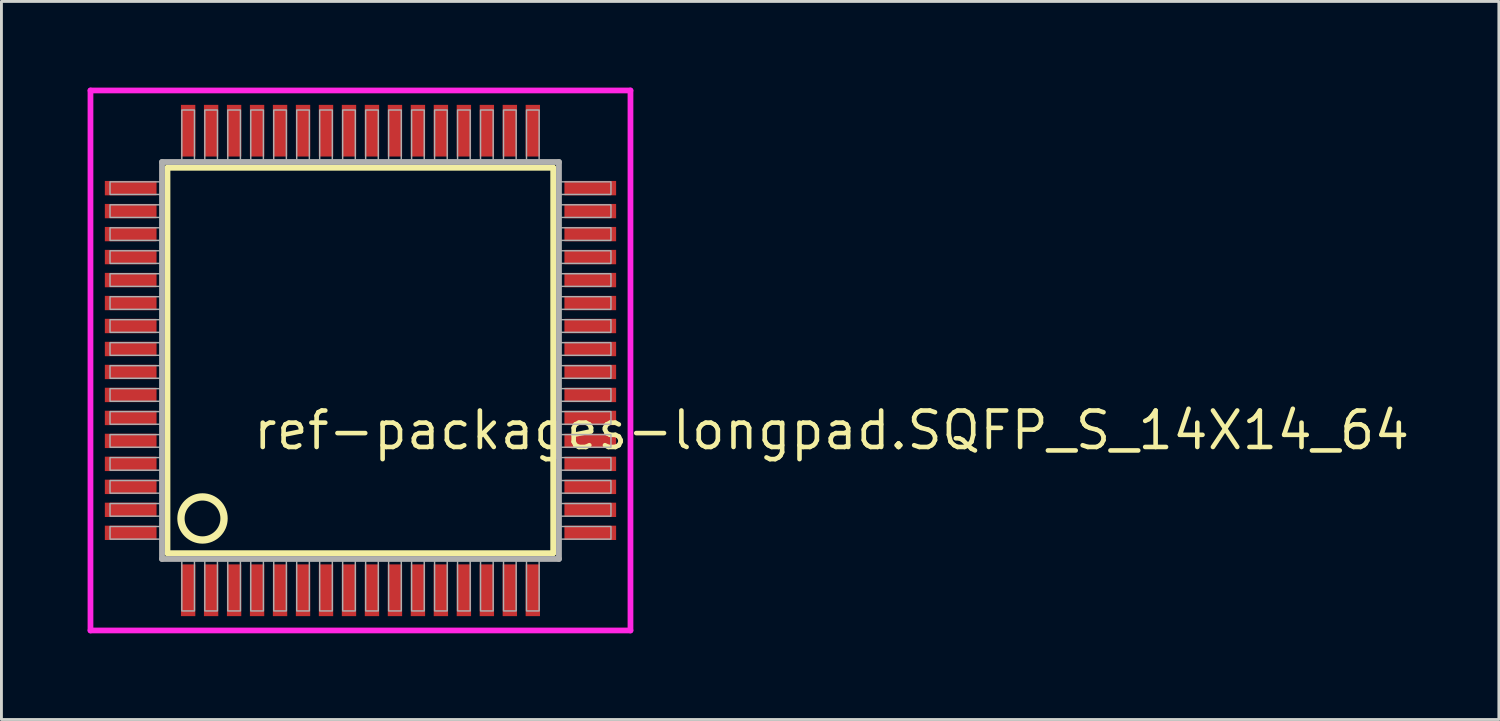
<source format=kicad_pcb>
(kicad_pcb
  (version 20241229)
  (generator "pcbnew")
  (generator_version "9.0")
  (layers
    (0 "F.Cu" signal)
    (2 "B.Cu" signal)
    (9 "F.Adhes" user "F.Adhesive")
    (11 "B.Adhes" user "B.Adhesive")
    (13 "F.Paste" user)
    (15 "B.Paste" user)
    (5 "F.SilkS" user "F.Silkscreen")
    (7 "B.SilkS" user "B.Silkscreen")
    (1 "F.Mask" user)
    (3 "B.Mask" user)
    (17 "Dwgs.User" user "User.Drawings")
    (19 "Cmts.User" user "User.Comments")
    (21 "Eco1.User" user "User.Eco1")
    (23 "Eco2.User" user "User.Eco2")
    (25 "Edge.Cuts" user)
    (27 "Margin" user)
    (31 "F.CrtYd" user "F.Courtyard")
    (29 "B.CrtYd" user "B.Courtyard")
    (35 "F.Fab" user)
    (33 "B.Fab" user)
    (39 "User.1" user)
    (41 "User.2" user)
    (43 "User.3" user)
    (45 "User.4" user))
  (footprint "ref-packages-longpad.SQFP_S_14X14_64"
    (layer "F.Cu")
    (at 9.5 9.5)
    (property "Reference" "ref-packages-longpad.SQFP_S_14X14_64" (at -3.81 3.175 0) (layer "F.SilkS") (effects (font (size 1.27 1.27) (thickness 0.16)) (justify left bottom)))
    (attr smd)
    (fp_line (start -6.72 -6.71) (end 6.71 -6.71) (stroke (width 0.203) (type default)) (layer "F.SilkS"))
    (fp_line (start -6.72 6.71) (end -6.72 -6.71) (stroke (width 0.203) (type default)) (layer "F.SilkS"))
    (fp_line (start 6.71 -6.71) (end 6.71 6.71) (stroke (width 0.203) (type default)) (layer "F.SilkS"))
    (fp_line (start 6.71 6.71) (end -6.72 6.71) (stroke (width 0.203) (type default)) (layer "F.SilkS"))
    (fp_circle (center -5.5 5.5) (end -4.75 5.5) (stroke (width 0.254) (type default)) (fill no) (layer "F.SilkS"))
    (fp_line (start -9.4 -9.4) (end 9.4 -9.4) (stroke (width 0.2) (type default)) (layer "F.CrtYd"))
    (fp_line (start -9.4 9.4) (end -9.4 -9.4) (stroke (width 0.2) (type default)) (layer "F.CrtYd"))
    (fp_line (start 9.4 -9.4) (end 9.4 9.4) (stroke (width 0.2) (type default)) (layer "F.CrtYd"))
    (fp_line (start 9.4 9.4) (end -9.4 9.4) (stroke (width 0.2) (type default)) (layer "F.CrtYd"))
    (fp_line (start -6.91 -6.91) (end -6.91 6.91) (stroke (width 0.203) (type default)) (layer "F.Fab"))
    (fp_line (start -6.91 6.91) (end 6.91 6.91) (stroke (width 0.203) (type default)) (layer "F.Fab"))
    (fp_line (start 6.91 -6.91) (end -6.91 -6.91) (stroke (width 0.203) (type default)) (layer "F.Fab"))
    (fp_line (start 6.91 6.91) (end 6.91 -6.91) (stroke (width 0.203) (type default)) (layer "F.Fab"))
    (fp_rect (start -8.72 -5.78) (end -6.95 -6.22) (stroke (width 0.05) (type default)) (fill no) (layer "F.Fab"))
    (fp_rect (start -8.72 -4.98) (end -6.95 -5.42) (stroke (width 0.05) (type default)) (fill no) (layer "F.Fab"))
    (fp_rect (start -8.72 -4.18) (end -6.95 -4.62) (stroke (width 0.05) (type default)) (fill no) (layer "F.Fab"))
    (fp_rect (start -8.72 -3.38) (end -6.95 -3.82) (stroke (width 0.05) (type default)) (fill no) (layer "F.Fab"))
    (fp_rect (start -8.72 -2.58) (end -6.95 -3.02) (stroke (width 0.05) (type default)) (fill no) (layer "F.Fab"))
    (fp_rect (start -8.72 -1.78) (end -6.95 -2.22) (stroke (width 0.05) (type default)) (fill no) (layer "F.Fab"))
    (fp_rect (start -8.72 -0.98) (end -6.95 -1.42) (stroke (width 0.05) (type default)) (fill no) (layer "F.Fab"))
    (fp_rect (start -8.72 -0.18) (end -6.95 -0.62) (stroke (width 0.05) (type default)) (fill no) (layer "F.Fab"))
    (fp_rect (start -8.72 0.62) (end -6.95 0.18) (stroke (width 0.05) (type default)) (fill no) (layer "F.Fab"))
    (fp_rect (start -8.72 1.42) (end -6.95 0.98) (stroke (width 0.05) (type default)) (fill no) (layer "F.Fab"))
    (fp_rect (start -8.72 2.22) (end -6.95 1.78) (stroke (width 0.05) (type default)) (fill no) (layer "F.Fab"))
    (fp_rect (start -8.72 3.02) (end -6.95 2.58) (stroke (width 0.05) (type default)) (fill no) (layer "F.Fab"))
    (fp_rect (start -8.72 3.82) (end -6.95 3.38) (stroke (width 0.05) (type default)) (fill no) (layer "F.Fab"))
    (fp_rect (start -8.72 4.62) (end -6.95 4.18) (stroke (width 0.05) (type default)) (fill no) (layer "F.Fab"))
    (fp_rect (start -8.72 5.42) (end -6.95 4.98) (stroke (width 0.05) (type default)) (fill no) (layer "F.Fab"))
    (fp_rect (start -8.72 6.22) (end -6.95 5.78) (stroke (width 0.05) (type default)) (fill no) (layer "F.Fab"))
    (fp_rect (start -6.22 -6.95) (end -5.78 -8.72) (stroke (width 0.05) (type default)) (fill no) (layer "F.Fab"))
    (fp_rect (start -6.22 8.72) (end -5.78 6.95) (stroke (width 0.05) (type default)) (fill no) (layer "F.Fab"))
    (fp_rect (start -5.42 -6.95) (end -4.98 -8.72) (stroke (width 0.05) (type default)) (fill no) (layer "F.Fab"))
    (fp_rect (start -5.42 8.72) (end -4.98 6.95) (stroke (width 0.05) (type default)) (fill no) (layer "F.Fab"))
    (fp_rect (start -4.62 -6.95) (end -4.18 -8.72) (stroke (width 0.05) (type default)) (fill no) (layer "F.Fab"))
    (fp_rect (start -4.62 8.72) (end -4.18 6.95) (stroke (width 0.05) (type default)) (fill no) (layer "F.Fab"))
    (fp_rect (start -3.82 -6.95) (end -3.38 -8.72) (stroke (width 0.05) (type default)) (fill no) (layer "F.Fab"))
    (fp_rect (start -3.82 8.72) (end -3.38 6.95) (stroke (width 0.05) (type default)) (fill no) (layer "F.Fab"))
    (fp_rect (start -3.02 -6.95) (end -2.58 -8.72) (stroke (width 0.05) (type default)) (fill no) (layer "F.Fab"))
    (fp_rect (start -3.02 8.72) (end -2.58 6.95) (stroke (width 0.05) (type default)) (fill no) (layer "F.Fab"))
    (fp_rect (start -2.22 -6.95) (end -1.78 -8.72) (stroke (width 0.05) (type default)) (fill no) (layer "F.Fab"))
    (fp_rect (start -2.22 8.72) (end -1.78 6.95) (stroke (width 0.05) (type default)) (fill no) (layer "F.Fab"))
    (fp_rect (start -1.42 -6.95) (end -0.98 -8.72) (stroke (width 0.05) (type default)) (fill no) (layer "F.Fab"))
    (fp_rect (start -1.42 8.72) (end -0.98 6.95) (stroke (width 0.05) (type default)) (fill no) (layer "F.Fab"))
    (fp_rect (start -0.62 -6.95) (end -0.18 -8.72) (stroke (width 0.05) (type default)) (fill no) (layer "F.Fab"))
    (fp_rect (start -0.62 8.72) (end -0.18 6.95) (stroke (width 0.05) (type default)) (fill no) (layer "F.Fab"))
    (fp_rect (start 0.18 -6.95) (end 0.62 -8.72) (stroke (width 0.05) (type default)) (fill no) (layer "F.Fab"))
    (fp_rect (start 0.18 8.72) (end 0.62 6.95) (stroke (width 0.05) (type default)) (fill no) (layer "F.Fab"))
    (fp_rect (start 0.98 -6.95) (end 1.42 -8.72) (stroke (width 0.05) (type default)) (fill no) (layer "F.Fab"))
    (fp_rect (start 0.98 8.72) (end 1.42 6.95) (stroke (width 0.05) (type default)) (fill no) (layer "F.Fab"))
    (fp_rect (start 1.78 -6.95) (end 2.22 -8.72) (stroke (width 0.05) (type default)) (fill no) (layer "F.Fab"))
    (fp_rect (start 1.78 8.72) (end 2.22 6.95) (stroke (width 0.05) (type default)) (fill no) (layer "F.Fab"))
    (fp_rect (start 2.58 -6.95) (end 3.02 -8.72) (stroke (width 0.05) (type default)) (fill no) (layer "F.Fab"))
    (fp_rect (start 2.58 8.72) (end 3.02 6.95) (stroke (width 0.05) (type default)) (fill no) (layer "F.Fab"))
    (fp_rect (start 3.38 -6.95) (end 3.82 -8.72) (stroke (width 0.05) (type default)) (fill no) (layer "F.Fab"))
    (fp_rect (start 3.38 8.72) (end 3.82 6.95) (stroke (width 0.05) (type default)) (fill no) (layer "F.Fab"))
    (fp_rect (start 4.18 -6.95) (end 4.62 -8.72) (stroke (width 0.05) (type default)) (fill no) (layer "F.Fab"))
    (fp_rect (start 4.18 8.72) (end 4.62 6.95) (stroke (width 0.05) (type default)) (fill no) (layer "F.Fab"))
    (fp_rect (start 4.98 -6.95) (end 5.42 -8.72) (stroke (width 0.05) (type default)) (fill no) (layer "F.Fab"))
    (fp_rect (start 4.98 8.72) (end 5.42 6.95) (stroke (width 0.05) (type default)) (fill no) (layer "F.Fab"))
    (fp_rect (start 5.78 -6.95) (end 6.22 -8.72) (stroke (width 0.05) (type default)) (fill no) (layer "F.Fab"))
    (fp_rect (start 5.78 8.72) (end 6.22 6.95) (stroke (width 0.05) (type default)) (fill no) (layer "F.Fab"))
    (fp_rect (start 6.95 -5.78) (end 8.72 -6.22) (stroke (width 0.05) (type default)) (fill no) (layer "F.Fab"))
    (fp_rect (start 6.95 -4.98) (end 8.72 -5.42) (stroke (width 0.05) (type default)) (fill no) (layer "F.Fab"))
    (fp_rect (start 6.95 -4.18) (end 8.72 -4.62) (stroke (width 0.05) (type default)) (fill no) (layer "F.Fab"))
    (fp_rect (start 6.95 -3.38) (end 8.72 -3.82) (stroke (width 0.05) (type default)) (fill no) (layer "F.Fab"))
    (fp_rect (start 6.95 -2.58) (end 8.72 -3.02) (stroke (width 0.05) (type default)) (fill no) (layer "F.Fab"))
    (fp_rect (start 6.95 -1.78) (end 8.72 -2.22) (stroke (width 0.05) (type default)) (fill no) (layer "F.Fab"))
    (fp_rect (start 6.95 -0.98) (end 8.72 -1.42) (stroke (width 0.05) (type default)) (fill no) (layer "F.Fab"))
    (fp_rect (start 6.95 -0.18) (end 8.72 -0.62) (stroke (width 0.05) (type default)) (fill no) (layer "F.Fab"))
    (fp_rect (start 6.95 0.62) (end 8.72 0.18) (stroke (width 0.05) (type default)) (fill no) (layer "F.Fab"))
    (fp_rect (start 6.95 1.42) (end 8.72 0.98) (stroke (width 0.05) (type default)) (fill no) (layer "F.Fab"))
    (fp_rect (start 6.95 2.22) (end 8.72 1.78) (stroke (width 0.05) (type default)) (fill no) (layer "F.Fab"))
    (fp_rect (start 6.95 3.02) (end 8.72 2.58) (stroke (width 0.05) (type default)) (fill no) (layer "F.Fab"))
    (fp_rect (start 6.95 3.82) (end 8.72 3.38) (stroke (width 0.05) (type default)) (fill no) (layer "F.Fab"))
    (fp_rect (start 6.95 4.62) (end 8.72 4.18) (stroke (width 0.05) (type default)) (fill no) (layer "F.Fab"))
    (fp_rect (start 6.95 5.42) (end 8.72 4.98) (stroke (width 0.05) (type default)) (fill no) (layer "F.Fab"))
    (fp_rect (start 6.95 6.22) (end 8.72 5.78) (stroke (width 0.05) (type default)) (fill no) (layer "F.Fab"))
    (pad "1" smd roundrect (at -6 8) (size 0.5 1.8) (layers "F.Cu" "F.Mask" "F.Paste") (roundrect_rratio 0.01))
    (pad "2" smd roundrect (at -5.2 8) (size 0.5 1.8) (layers "F.Cu" "F.Mask" "F.Paste") (roundrect_rratio 0.01))
    (pad "3" smd roundrect (at -4.4 8) (size 0.5 1.8) (layers "F.Cu" "F.Mask" "F.Paste") (roundrect_rratio 0.01))
    (pad "4" smd roundrect (at -3.6 8) (size 0.5 1.8) (layers "F.Cu" "F.Mask" "F.Paste") (roundrect_rratio 0.01))
    (pad "5" smd roundrect (at -2.8 8) (size 0.5 1.8) (layers "F.Cu" "F.Mask" "F.Paste") (roundrect_rratio 0.01))
    (pad "6" smd roundrect (at -2 8) (size 0.5 1.8) (layers "F.Cu" "F.Mask" "F.Paste") (roundrect_rratio 0.01))
    (pad "7" smd roundrect (at -1.2 8) (size 0.5 1.8) (layers "F.Cu" "F.Mask" "F.Paste") (roundrect_rratio 0.01))
    (pad "8" smd roundrect (at -0.4 8) (size 0.5 1.8) (layers "F.Cu" "F.Mask" "F.Paste") (roundrect_rratio 0.01))
    (pad "9" smd roundrect (at 0.4 8) (size 0.5 1.8) (layers "F.Cu" "F.Mask" "F.Paste") (roundrect_rratio 0.01))
    (pad "10" smd roundrect (at 1.2 8) (size 0.5 1.8) (layers "F.Cu" "F.Mask" "F.Paste") (roundrect_rratio 0.01))
    (pad "11" smd roundrect (at 2 8) (size 0.5 1.8) (layers "F.Cu" "F.Mask" "F.Paste") (roundrect_rratio 0.01))
    (pad "12" smd roundrect (at 2.8 8) (size 0.5 1.8) (layers "F.Cu" "F.Mask" "F.Paste") (roundrect_rratio 0.01))
    (pad "13" smd roundrect (at 3.6 8) (size 0.5 1.8) (layers "F.Cu" "F.Mask" "F.Paste") (roundrect_rratio 0.01))
    (pad "14" smd roundrect (at 4.4 8) (size 0.5 1.8) (layers "F.Cu" "F.Mask" "F.Paste") (roundrect_rratio 0.01))
    (pad "15" smd roundrect (at 5.2 8) (size 0.5 1.8) (layers "F.Cu" "F.Mask" "F.Paste") (roundrect_rratio 0.01))
    (pad "16" smd roundrect (at 6 8) (size 0.5 1.8) (layers "F.Cu" "F.Mask" "F.Paste") (roundrect_rratio 0.01))
    (pad "17" smd roundrect (at 8 6) (size 1.8 0.5) (layers "F.Cu" "F.Mask" "F.Paste") (roundrect_rratio 0.01))
    (pad "18" smd roundrect (at 8 5.2) (size 1.8 0.5) (layers "F.Cu" "F.Mask" "F.Paste") (roundrect_rratio 0.01))
    (pad "19" smd roundrect (at 8 4.4) (size 1.8 0.5) (layers "F.Cu" "F.Mask" "F.Paste") (roundrect_rratio 0.01))
    (pad "20" smd roundrect (at 8 3.6) (size 1.8 0.5) (layers "F.Cu" "F.Mask" "F.Paste") (roundrect_rratio 0.01))
    (pad "21" smd roundrect (at 8 2.8) (size 1.8 0.5) (layers "F.Cu" "F.Mask" "F.Paste") (roundrect_rratio 0.01))
    (pad "22" smd roundrect (at 8 2) (size 1.8 0.5) (layers "F.Cu" "F.Mask" "F.Paste") (roundrect_rratio 0.01))
    (pad "23" smd roundrect (at 8 1.2) (size 1.8 0.5) (layers "F.Cu" "F.Mask" "F.Paste") (roundrect_rratio 0.01))
    (pad "24" smd roundrect (at 8 0.4) (size 1.8 0.5) (layers "F.Cu" "F.Mask" "F.Paste") (roundrect_rratio 0.01))
    (pad "25" smd roundrect (at 8 -0.4) (size 1.8 0.5) (layers "F.Cu" "F.Mask" "F.Paste") (roundrect_rratio 0.01))
    (pad "26" smd roundrect (at 8 -1.2) (size 1.8 0.5) (layers "F.Cu" "F.Mask" "F.Paste") (roundrect_rratio 0.01))
    (pad "27" smd roundrect (at 8 -2) (size 1.8 0.5) (layers "F.Cu" "F.Mask" "F.Paste") (roundrect_rratio 0.01))
    (pad "28" smd roundrect (at 8 -2.8) (size 1.8 0.5) (layers "F.Cu" "F.Mask" "F.Paste") (roundrect_rratio 0.01))
    (pad "29" smd roundrect (at 8 -3.6) (size 1.8 0.5) (layers "F.Cu" "F.Mask" "F.Paste") (roundrect_rratio 0.01))
    (pad "30" smd roundrect (at 8 -4.4) (size 1.8 0.5) (layers "F.Cu" "F.Mask" "F.Paste") (roundrect_rratio 0.01))
    (pad "31" smd roundrect (at 8 -5.2) (size 1.8 0.5) (layers "F.Cu" "F.Mask" "F.Paste") (roundrect_rratio 0.01))
    (pad "32" smd roundrect (at 8 -6) (size 1.8 0.5) (layers "F.Cu" "F.Mask" "F.Paste") (roundrect_rratio 0.01))
    (pad "33" smd roundrect (at 6 -8) (size 0.5 1.8) (layers "F.Cu" "F.Mask" "F.Paste") (roundrect_rratio 0.01))
    (pad "34" smd roundrect (at 5.2 -8) (size 0.5 1.8) (layers "F.Cu" "F.Mask" "F.Paste") (roundrect_rratio 0.01))
    (pad "35" smd roundrect (at 4.4 -8) (size 0.5 1.8) (layers "F.Cu" "F.Mask" "F.Paste") (roundrect_rratio 0.01))
    (pad "36" smd roundrect (at 3.6 -8) (size 0.5 1.8) (layers "F.Cu" "F.Mask" "F.Paste") (roundrect_rratio 0.01))
    (pad "37" smd roundrect (at 2.8 -8) (size 0.5 1.8) (layers "F.Cu" "F.Mask" "F.Paste") (roundrect_rratio 0.01))
    (pad "38" smd roundrect (at 2 -8) (size 0.5 1.8) (layers "F.Cu" "F.Mask" "F.Paste") (roundrect_rratio 0.01))
    (pad "39" smd roundrect (at 1.2 -8) (size 0.5 1.8) (layers "F.Cu" "F.Mask" "F.Paste") (roundrect_rratio 0.01))
    (pad "40" smd roundrect (at 0.4 -8) (size 0.5 1.8) (layers "F.Cu" "F.Mask" "F.Paste") (roundrect_rratio 0.01))
    (pad "41" smd roundrect (at -0.4 -8) (size 0.5 1.8) (layers "F.Cu" "F.Mask" "F.Paste") (roundrect_rratio 0.01))
    (pad "42" smd roundrect (at -1.2 -8) (size 0.5 1.8) (layers "F.Cu" "F.Mask" "F.Paste") (roundrect_rratio 0.01))
    (pad "43" smd roundrect (at -2 -8) (size 0.5 1.8) (layers "F.Cu" "F.Mask" "F.Paste") (roundrect_rratio 0.01))
    (pad "44" smd roundrect (at -2.8 -8) (size 0.5 1.8) (layers "F.Cu" "F.Mask" "F.Paste") (roundrect_rratio 0.01))
    (pad "45" smd roundrect (at -3.6 -8) (size 0.5 1.8) (layers "F.Cu" "F.Mask" "F.Paste") (roundrect_rratio 0.01))
    (pad "46" smd roundrect (at -4.4 -8) (size 0.5 1.8) (layers "F.Cu" "F.Mask" "F.Paste") (roundrect_rratio 0.01))
    (pad "47" smd roundrect (at -5.2 -8) (size 0.5 1.8) (layers "F.Cu" "F.Mask" "F.Paste") (roundrect_rratio 0.01))
    (pad "48" smd roundrect (at -6 -8) (size 0.5 1.8) (layers "F.Cu" "F.Mask" "F.Paste") (roundrect_rratio 0.01))
    (pad "49" smd roundrect (at -8 -6) (size 1.8 0.5) (layers "F.Cu" "F.Mask" "F.Paste") (roundrect_rratio 0.01))
    (pad "50" smd roundrect (at -8 -5.2) (size 1.8 0.5) (layers "F.Cu" "F.Mask" "F.Paste") (roundrect_rratio 0.01))
    (pad "51" smd roundrect (at -8 -4.4) (size 1.8 0.5) (layers "F.Cu" "F.Mask" "F.Paste") (roundrect_rratio 0.01))
    (pad "52" smd roundrect (at -8 -3.6) (size 1.8 0.5) (layers "F.Cu" "F.Mask" "F.Paste") (roundrect_rratio 0.01))
    (pad "53" smd roundrect (at -8 -2.8) (size 1.8 0.5) (layers "F.Cu" "F.Mask" "F.Paste") (roundrect_rratio 0.01))
    (pad "54" smd roundrect (at -8 -2) (size 1.8 0.5) (layers "F.Cu" "F.Mask" "F.Paste") (roundrect_rratio 0.01))
    (pad "55" smd roundrect (at -8 -1.2) (size 1.8 0.5) (layers "F.Cu" "F.Mask" "F.Paste") (roundrect_rratio 0.01))
    (pad "56" smd roundrect (at -8 -0.4) (size 1.8 0.5) (layers "F.Cu" "F.Mask" "F.Paste") (roundrect_rratio 0.01))
    (pad "57" smd roundrect (at -8 0.4) (size 1.8 0.5) (layers "F.Cu" "F.Mask" "F.Paste") (roundrect_rratio 0.01))
    (pad "58" smd roundrect (at -8 1.2) (size 1.8 0.5) (layers "F.Cu" "F.Mask" "F.Paste") (roundrect_rratio 0.01))
    (pad "59" smd roundrect (at -8 2) (size 1.8 0.5) (layers "F.Cu" "F.Mask" "F.Paste") (roundrect_rratio 0.01))
    (pad "60" smd roundrect (at -8 2.8) (size 1.8 0.5) (layers "F.Cu" "F.Mask" "F.Paste") (roundrect_rratio 0.01))
    (pad "61" smd roundrect (at -8 3.6) (size 1.8 0.5) (layers "F.Cu" "F.Mask" "F.Paste") (roundrect_rratio 0.01))
    (pad "62" smd roundrect (at -8 4.4) (size 1.8 0.5) (layers "F.Cu" "F.Mask" "F.Paste") (roundrect_rratio 0.01))
    (pad "63" smd roundrect (at -8 5.2) (size 1.8 0.5) (layers "F.Cu" "F.Mask" "F.Paste") (roundrect_rratio 0.01))
    (pad "64" smd roundrect (at -8 6) (size 1.8 0.5) (layers "F.Cu" "F.Mask" "F.Paste") (roundrect_rratio 0.01)))
  (gr_rect
    (start -3 -3)
    (end 49.133 22)
    (stroke (width 0.1) (type default))
    (fill no)
    (layer "Edge.Cuts")))
</source>
